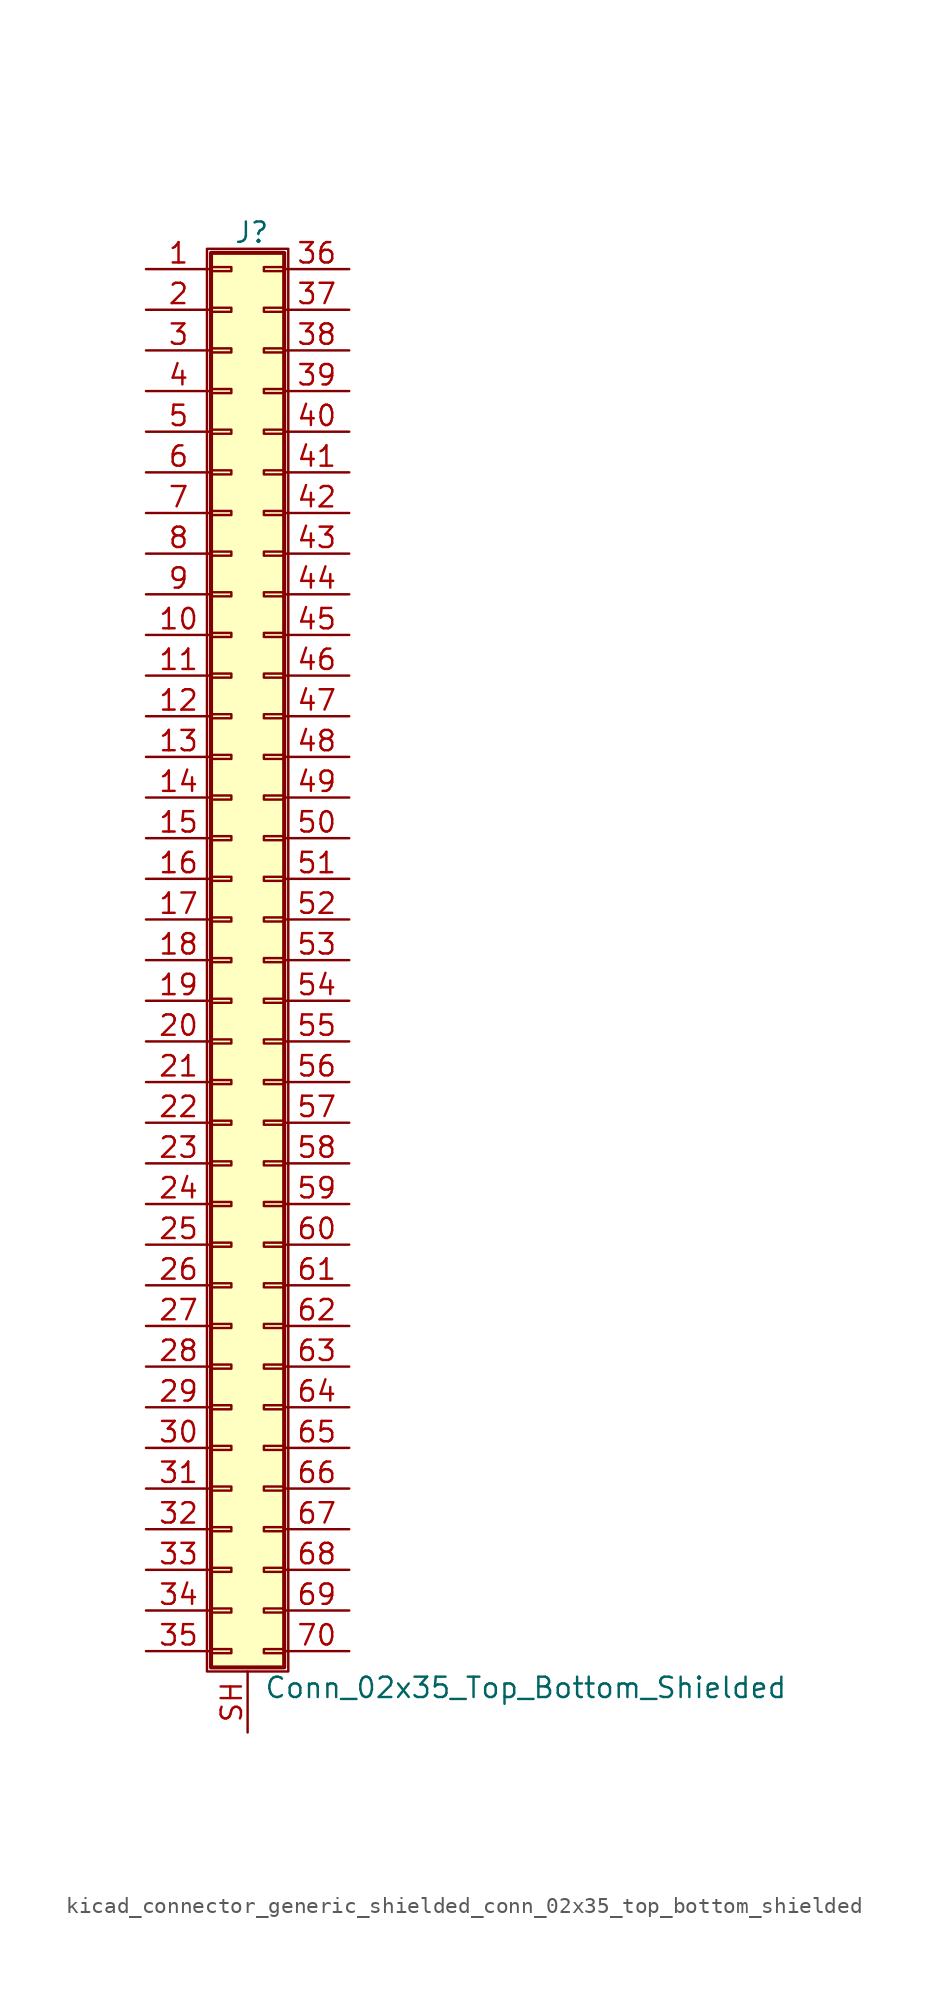
<source format=kicad_sym>
(kicad_symbol_lib
  (version 20220914)
  (generator kicad_symbol_editor)
  (symbol "kicad_connector_generic_shielded_conn_02x35_top_bottom_shielded"
    (pin_names
      (offset 1.016) hide)
    (property "Reference" "J"
      (at 1.524 45.466 0)
      (effects (font (size 1.27 1.27))))
    (property "Value" "Conn_02x35_Top_Bottom_Shielded"
      (at 2.286 -45.466 0)
      (effects (font (size 1.27 1.27)) (justify left)))
    (symbol "kicad_connector_generic_shielded_conn_02x35_top_bottom_shielded_1_1"
      (rectangle (start -1.27 44.45) (end 3.81 -44.45) (stroke (width 0.152) (type default)) (fill (type none)))
      (rectangle (start -1.016 -43.053) (end 0.254 -43.307) (stroke (width 0.152) (type default)) (fill (type none)))
      (rectangle (start -1.016 -40.513) (end 0.254 -40.767) (stroke (width 0.152) (type default)) (fill (type none)))
      (rectangle (start -1.016 -37.973) (end 0.254 -38.227) (stroke (width 0.152) (type default)) (fill (type none)))
      (rectangle (start -1.016 -35.433) (end 0.254 -35.687) (stroke (width 0.152) (type default)) (fill (type none)))
      (rectangle (start -1.016 -32.893) (end 0.254 -33.147) (stroke (width 0.152) (type default)) (fill (type none)))
      (rectangle (start -1.016 -30.353) (end 0.254 -30.607) (stroke (width 0.152) (type default)) (fill (type none)))
      (rectangle (start -1.016 -27.813) (end 0.254 -28.067) (stroke (width 0.152) (type default)) (fill (type none)))
      (rectangle (start -1.016 -25.273) (end 0.254 -25.527) (stroke (width 0.152) (type default)) (fill (type none)))
      (rectangle (start -1.016 -22.733) (end 0.254 -22.987) (stroke (width 0.152) (type default)) (fill (type none)))
      (rectangle (start -1.016 -20.193) (end 0.254 -20.447) (stroke (width 0.152) (type default)) (fill (type none)))
      (rectangle (start -1.016 -17.653) (end 0.254 -17.907) (stroke (width 0.152) (type default)) (fill (type none)))
      (rectangle (start -1.016 -15.113) (end 0.254 -15.367) (stroke (width 0.152) (type default)) (fill (type none)))
      (rectangle (start -1.016 -12.573) (end 0.254 -12.827) (stroke (width 0.152) (type default)) (fill (type none)))
      (rectangle (start -1.016 -10.033) (end 0.254 -10.287) (stroke (width 0.152) (type default)) (fill (type none)))
      (rectangle (start -1.016 -7.493) (end 0.254 -7.747) (stroke (width 0.152) (type default)) (fill (type none)))
      (rectangle (start -1.016 -4.953) (end 0.254 -5.207) (stroke (width 0.152) (type default)) (fill (type none)))
      (rectangle (start -1.016 -2.413) (end 0.254 -2.667) (stroke (width 0.152) (type default)) (fill (type none)))
      (rectangle (start -1.016 0.127) (end 0.254 -0.127) (stroke (width 0.152) (type default)) (fill (type none)))
      (rectangle (start -1.016 2.667) (end 0.254 2.413) (stroke (width 0.152) (type default)) (fill (type none)))
      (rectangle (start -1.016 5.207) (end 0.254 4.953) (stroke (width 0.152) (type default)) (fill (type none)))
      (rectangle (start -1.016 7.747) (end 0.254 7.493) (stroke (width 0.152) (type default)) (fill (type none)))
      (rectangle (start -1.016 10.287) (end 0.254 10.033) (stroke (width 0.152) (type default)) (fill (type none)))
      (rectangle (start -1.016 12.827) (end 0.254 12.573) (stroke (width 0.152) (type default)) (fill (type none)))
      (rectangle (start -1.016 15.367) (end 0.254 15.113) (stroke (width 0.152) (type default)) (fill (type none)))
      (rectangle (start -1.016 17.907) (end 0.254 17.653) (stroke (width 0.152) (type default)) (fill (type none)))
      (rectangle (start -1.016 20.447) (end 0.254 20.193) (stroke (width 0.152) (type default)) (fill (type none)))
      (rectangle (start -1.016 22.987) (end 0.254 22.733) (stroke (width 0.152) (type default)) (fill (type none)))
      (rectangle (start -1.016 25.527) (end 0.254 25.273) (stroke (width 0.152) (type default)) (fill (type none)))
      (rectangle (start -1.016 28.067) (end 0.254 27.813) (stroke (width 0.152) (type default)) (fill (type none)))
      (rectangle (start -1.016 30.607) (end 0.254 30.353) (stroke (width 0.152) (type default)) (fill (type none)))
      (rectangle (start -1.016 33.147) (end 0.254 32.893) (stroke (width 0.152) (type default)) (fill (type none)))
      (rectangle (start -1.016 35.687) (end 0.254 35.433) (stroke (width 0.152) (type default)) (fill (type none)))
      (rectangle (start -1.016 38.227) (end 0.254 37.973) (stroke (width 0.152) (type default)) (fill (type none)))
      (rectangle (start -1.016 40.767) (end 0.254 40.513) (stroke (width 0.152) (type default)) (fill (type none)))
      (rectangle (start -1.016 43.307) (end 0.254 43.053) (stroke (width 0.152) (type default)) (fill (type none)))
      (rectangle (start -1.016 44.196) (end 3.556 -44.196) (stroke (width 0.254) (type default)) (fill (type background)))
      (rectangle (start 3.556 -43.053) (end 2.286 -43.307) (stroke (width 0.152) (type default)) (fill (type none)))
      (rectangle (start 3.556 -40.513) (end 2.286 -40.767) (stroke (width 0.152) (type default)) (fill (type none)))
      (rectangle (start 3.556 -37.973) (end 2.286 -38.227) (stroke (width 0.152) (type default)) (fill (type none)))
      (rectangle (start 3.556 -35.433) (end 2.286 -35.687) (stroke (width 0.152) (type default)) (fill (type none)))
      (rectangle (start 3.556 -32.893) (end 2.286 -33.147) (stroke (width 0.152) (type default)) (fill (type none)))
      (rectangle (start 3.556 -30.353) (end 2.286 -30.607) (stroke (width 0.152) (type default)) (fill (type none)))
      (rectangle (start 3.556 -27.813) (end 2.286 -28.067) (stroke (width 0.152) (type default)) (fill (type none)))
      (rectangle (start 3.556 -25.273) (end 2.286 -25.527) (stroke (width 0.152) (type default)) (fill (type none)))
      (rectangle (start 3.556 -22.733) (end 2.286 -22.987) (stroke (width 0.152) (type default)) (fill (type none)))
      (rectangle (start 3.556 -20.193) (end 2.286 -20.447) (stroke (width 0.152) (type default)) (fill (type none)))
      (rectangle (start 3.556 -17.653) (end 2.286 -17.907) (stroke (width 0.152) (type default)) (fill (type none)))
      (rectangle (start 3.556 -15.113) (end 2.286 -15.367) (stroke (width 0.152) (type default)) (fill (type none)))
      (rectangle (start 3.556 -12.573) (end 2.286 -12.827) (stroke (width 0.152) (type default)) (fill (type none)))
      (rectangle (start 3.556 -10.033) (end 2.286 -10.287) (stroke (width 0.152) (type default)) (fill (type none)))
      (rectangle (start 3.556 -7.493) (end 2.286 -7.747) (stroke (width 0.152) (type default)) (fill (type none)))
      (rectangle (start 3.556 -4.953) (end 2.286 -5.207) (stroke (width 0.152) (type default)) (fill (type none)))
      (rectangle (start 3.556 -2.413) (end 2.286 -2.667) (stroke (width 0.152) (type default)) (fill (type none)))
      (rectangle (start 3.556 0.127) (end 2.286 -0.127) (stroke (width 0.152) (type default)) (fill (type none)))
      (rectangle (start 3.556 2.667) (end 2.286 2.413) (stroke (width 0.152) (type default)) (fill (type none)))
      (rectangle (start 3.556 5.207) (end 2.286 4.953) (stroke (width 0.152) (type default)) (fill (type none)))
      (rectangle (start 3.556 7.747) (end 2.286 7.493) (stroke (width 0.152) (type default)) (fill (type none)))
      (rectangle (start 3.556 10.287) (end 2.286 10.033) (stroke (width 0.152) (type default)) (fill (type none)))
      (rectangle (start 3.556 12.827) (end 2.286 12.573) (stroke (width 0.152) (type default)) (fill (type none)))
      (rectangle (start 3.556 15.367) (end 2.286 15.113) (stroke (width 0.152) (type default)) (fill (type none)))
      (rectangle (start 3.556 17.907) (end 2.286 17.653) (stroke (width 0.152) (type default)) (fill (type none)))
      (rectangle (start 3.556 20.447) (end 2.286 20.193) (stroke (width 0.152) (type default)) (fill (type none)))
      (rectangle (start 3.556 22.987) (end 2.286 22.733) (stroke (width 0.152) (type default)) (fill (type none)))
      (rectangle (start 3.556 25.527) (end 2.286 25.273) (stroke (width 0.152) (type default)) (fill (type none)))
      (rectangle (start 3.556 28.067) (end 2.286 27.813) (stroke (width 0.152) (type default)) (fill (type none)))
      (rectangle (start 3.556 30.607) (end 2.286 30.353) (stroke (width 0.152) (type default)) (fill (type none)))
      (rectangle (start 3.556 33.147) (end 2.286 32.893) (stroke (width 0.152) (type default)) (fill (type none)))
      (rectangle (start 3.556 35.687) (end 2.286 35.433) (stroke (width 0.152) (type default)) (fill (type none)))
      (rectangle (start 3.556 38.227) (end 2.286 37.973) (stroke (width 0.152) (type default)) (fill (type none)))
      (rectangle (start 3.556 40.767) (end 2.286 40.513) (stroke (width 0.152) (type default)) (fill (type none)))
      (rectangle (start 3.556 43.307) (end 2.286 43.053) (stroke (width 0.152) (type default)) (fill (type none)))
      (pin passive line (at -5.08 43.18 0) (length 4.064) (name "Pin_1" (effects (font (size 1.27 1.27)))) (number "1" (effects (font (size 1.27 1.27)))))
      (pin passive line (at -5.08 20.32 0) (length 4.064) (name "Pin_10" (effects (font (size 1.27 1.27)))) (number "10" (effects (font (size 1.27 1.27)))))
      (pin passive line (at -5.08 17.78 0) (length 4.064) (name "Pin_11" (effects (font (size 1.27 1.27)))) (number "11" (effects (font (size 1.27 1.27)))))
      (pin passive line (at -5.08 15.24 0) (length 4.064) (name "Pin_12" (effects (font (size 1.27 1.27)))) (number "12" (effects (font (size 1.27 1.27)))))
      (pin passive line (at -5.08 12.7 0) (length 4.064) (name "Pin_13" (effects (font (size 1.27 1.27)))) (number "13" (effects (font (size 1.27 1.27)))))
      (pin passive line (at -5.08 10.16 0) (length 4.064) (name "Pin_14" (effects (font (size 1.27 1.27)))) (number "14" (effects (font (size 1.27 1.27)))))
      (pin passive line (at -5.08 7.62 0) (length 4.064) (name "Pin_15" (effects (font (size 1.27 1.27)))) (number "15" (effects (font (size 1.27 1.27)))))
      (pin passive line (at -5.08 5.08 0) (length 4.064) (name "Pin_16" (effects (font (size 1.27 1.27)))) (number "16" (effects (font (size 1.27 1.27)))))
      (pin passive line (at -5.08 2.54 0) (length 4.064) (name "Pin_17" (effects (font (size 1.27 1.27)))) (number "17" (effects (font (size 1.27 1.27)))))
      (pin passive line (at -5.08 0 0) (length 4.064) (name "Pin_18" (effects (font (size 1.27 1.27)))) (number "18" (effects (font (size 1.27 1.27)))))
      (pin passive line (at -5.08 -2.54 0) (length 4.064) (name "Pin_19" (effects (font (size 1.27 1.27)))) (number "19" (effects (font (size 1.27 1.27)))))
      (pin passive line (at -5.08 40.64 0) (length 4.064) (name "Pin_2" (effects (font (size 1.27 1.27)))) (number "2" (effects (font (size 1.27 1.27)))))
      (pin passive line (at -5.08 -5.08 0) (length 4.064) (name "Pin_20" (effects (font (size 1.27 1.27)))) (number "20" (effects (font (size 1.27 1.27)))))
      (pin passive line (at -5.08 -7.62 0) (length 4.064) (name "Pin_21" (effects (font (size 1.27 1.27)))) (number "21" (effects (font (size 1.27 1.27)))))
      (pin passive line (at -5.08 -10.16 0) (length 4.064) (name "Pin_22" (effects (font (size 1.27 1.27)))) (number "22" (effects (font (size 1.27 1.27)))))
      (pin passive line (at -5.08 -12.7 0) (length 4.064) (name "Pin_23" (effects (font (size 1.27 1.27)))) (number "23" (effects (font (size 1.27 1.27)))))
      (pin passive line (at -5.08 -15.24 0) (length 4.064) (name "Pin_24" (effects (font (size 1.27 1.27)))) (number "24" (effects (font (size 1.27 1.27)))))
      (pin passive line (at -5.08 -17.78 0) (length 4.064) (name "Pin_25" (effects (font (size 1.27 1.27)))) (number "25" (effects (font (size 1.27 1.27)))))
      (pin passive line (at -5.08 -20.32 0) (length 4.064) (name "Pin_26" (effects (font (size 1.27 1.27)))) (number "26" (effects (font (size 1.27 1.27)))))
      (pin passive line (at -5.08 -22.86 0) (length 4.064) (name "Pin_27" (effects (font (size 1.27 1.27)))) (number "27" (effects (font (size 1.27 1.27)))))
      (pin passive line (at -5.08 -25.4 0) (length 4.064) (name "Pin_28" (effects (font (size 1.27 1.27)))) (number "28" (effects (font (size 1.27 1.27)))))
      (pin passive line (at -5.08 -27.94 0) (length 4.064) (name "Pin_29" (effects (font (size 1.27 1.27)))) (number "29" (effects (font (size 1.27 1.27)))))
      (pin passive line (at -5.08 38.1 0) (length 4.064) (name "Pin_3" (effects (font (size 1.27 1.27)))) (number "3" (effects (font (size 1.27 1.27)))))
      (pin passive line (at -5.08 -30.48 0) (length 4.064) (name "Pin_30" (effects (font (size 1.27 1.27)))) (number "30" (effects (font (size 1.27 1.27)))))
      (pin passive line (at -5.08 -33.02 0) (length 4.064) (name "Pin_31" (effects (font (size 1.27 1.27)))) (number "31" (effects (font (size 1.27 1.27)))))
      (pin passive line (at -5.08 -35.56 0) (length 4.064) (name "Pin_32" (effects (font (size 1.27 1.27)))) (number "32" (effects (font (size 1.27 1.27)))))
      (pin passive line (at -5.08 -38.1 0) (length 4.064) (name "Pin_33" (effects (font (size 1.27 1.27)))) (number "33" (effects (font (size 1.27 1.27)))))
      (pin passive line (at -5.08 -40.64 0) (length 4.064) (name "Pin_34" (effects (font (size 1.27 1.27)))) (number "34" (effects (font (size 1.27 1.27)))))
      (pin passive line (at -5.08 -43.18 0) (length 4.064) (name "Pin_35" (effects (font (size 1.27 1.27)))) (number "35" (effects (font (size 1.27 1.27)))))
      (pin passive line (at 7.62 43.18 180) (length 4.064) (name "Pin_36" (effects (font (size 1.27 1.27)))) (number "36" (effects (font (size 1.27 1.27)))))
      (pin passive line (at 7.62 40.64 180) (length 4.064) (name "Pin_37" (effects (font (size 1.27 1.27)))) (number "37" (effects (font (size 1.27 1.27)))))
      (pin passive line (at 7.62 38.1 180) (length 4.064) (name "Pin_38" (effects (font (size 1.27 1.27)))) (number "38" (effects (font (size 1.27 1.27)))))
      (pin passive line (at 7.62 35.56 180) (length 4.064) (name "Pin_39" (effects (font (size 1.27 1.27)))) (number "39" (effects (font (size 1.27 1.27)))))
      (pin passive line (at -5.08 35.56 0) (length 4.064) (name "Pin_4" (effects (font (size 1.27 1.27)))) (number "4" (effects (font (size 1.27 1.27)))))
      (pin passive line (at 7.62 33.02 180) (length 4.064) (name "Pin_40" (effects (font (size 1.27 1.27)))) (number "40" (effects (font (size 1.27 1.27)))))
      (pin passive line (at 7.62 30.48 180) (length 4.064) (name "Pin_41" (effects (font (size 1.27 1.27)))) (number "41" (effects (font (size 1.27 1.27)))))
      (pin passive line (at 7.62 27.94 180) (length 4.064) (name "Pin_42" (effects (font (size 1.27 1.27)))) (number "42" (effects (font (size 1.27 1.27)))))
      (pin passive line (at 7.62 25.4 180) (length 4.064) (name "Pin_43" (effects (font (size 1.27 1.27)))) (number "43" (effects (font (size 1.27 1.27)))))
      (pin passive line (at 7.62 22.86 180) (length 4.064) (name "Pin_44" (effects (font (size 1.27 1.27)))) (number "44" (effects (font (size 1.27 1.27)))))
      (pin passive line (at 7.62 20.32 180) (length 4.064) (name "Pin_45" (effects (font (size 1.27 1.27)))) (number "45" (effects (font (size 1.27 1.27)))))
      (pin passive line (at 7.62 17.78 180) (length 4.064) (name "Pin_46" (effects (font (size 1.27 1.27)))) (number "46" (effects (font (size 1.27 1.27)))))
      (pin passive line (at 7.62 15.24 180) (length 4.064) (name "Pin_47" (effects (font (size 1.27 1.27)))) (number "47" (effects (font (size 1.27 1.27)))))
      (pin passive line (at 7.62 12.7 180) (length 4.064) (name "Pin_48" (effects (font (size 1.27 1.27)))) (number "48" (effects (font (size 1.27 1.27)))))
      (pin passive line (at 7.62 10.16 180) (length 4.064) (name "Pin_49" (effects (font (size 1.27 1.27)))) (number "49" (effects (font (size 1.27 1.27)))))
      (pin passive line (at -5.08 33.02 0) (length 4.064) (name "Pin_5" (effects (font (size 1.27 1.27)))) (number "5" (effects (font (size 1.27 1.27)))))
      (pin passive line (at 7.62 7.62 180) (length 4.064) (name "Pin_50" (effects (font (size 1.27 1.27)))) (number "50" (effects (font (size 1.27 1.27)))))
      (pin passive line (at 7.62 5.08 180) (length 4.064) (name "Pin_51" (effects (font (size 1.27 1.27)))) (number "51" (effects (font (size 1.27 1.27)))))
      (pin passive line (at 7.62 2.54 180) (length 4.064) (name "Pin_52" (effects (font (size 1.27 1.27)))) (number "52" (effects (font (size 1.27 1.27)))))
      (pin passive line (at 7.62 0 180) (length 4.064) (name "Pin_53" (effects (font (size 1.27 1.27)))) (number "53" (effects (font (size 1.27 1.27)))))
      (pin passive line (at 7.62 -2.54 180) (length 4.064) (name "Pin_54" (effects (font (size 1.27 1.27)))) (number "54" (effects (font (size 1.27 1.27)))))
      (pin passive line (at 7.62 -5.08 180) (length 4.064) (name "Pin_55" (effects (font (size 1.27 1.27)))) (number "55" (effects (font (size 1.27 1.27)))))
      (pin passive line (at 7.62 -7.62 180) (length 4.064) (name "Pin_56" (effects (font (size 1.27 1.27)))) (number "56" (effects (font (size 1.27 1.27)))))
      (pin passive line (at 7.62 -10.16 180) (length 4.064) (name "Pin_57" (effects (font (size 1.27 1.27)))) (number "57" (effects (font (size 1.27 1.27)))))
      (pin passive line (at 7.62 -12.7 180) (length 4.064) (name "Pin_58" (effects (font (size 1.27 1.27)))) (number "58" (effects (font (size 1.27 1.27)))))
      (pin passive line (at 7.62 -15.24 180) (length 4.064) (name "Pin_59" (effects (font (size 1.27 1.27)))) (number "59" (effects (font (size 1.27 1.27)))))
      (pin passive line (at -5.08 30.48 0) (length 4.064) (name "Pin_6" (effects (font (size 1.27 1.27)))) (number "6" (effects (font (size 1.27 1.27)))))
      (pin passive line (at 7.62 -17.78 180) (length 4.064) (name "Pin_60" (effects (font (size 1.27 1.27)))) (number "60" (effects (font (size 1.27 1.27)))))
      (pin passive line (at 7.62 -20.32 180) (length 4.064) (name "Pin_61" (effects (font (size 1.27 1.27)))) (number "61" (effects (font (size 1.27 1.27)))))
      (pin passive line (at 7.62 -22.86 180) (length 4.064) (name "Pin_62" (effects (font (size 1.27 1.27)))) (number "62" (effects (font (size 1.27 1.27)))))
      (pin passive line (at 7.62 -25.4 180) (length 4.064) (name "Pin_63" (effects (font (size 1.27 1.27)))) (number "63" (effects (font (size 1.27 1.27)))))
      (pin passive line (at 7.62 -27.94 180) (length 4.064) (name "Pin_64" (effects (font (size 1.27 1.27)))) (number "64" (effects (font (size 1.27 1.27)))))
      (pin passive line (at 7.62 -30.48 180) (length 4.064) (name "Pin_65" (effects (font (size 1.27 1.27)))) (number "65" (effects (font (size 1.27 1.27)))))
      (pin passive line (at 7.62 -33.02 180) (length 4.064) (name "Pin_66" (effects (font (size 1.27 1.27)))) (number "66" (effects (font (size 1.27 1.27)))))
      (pin passive line (at 7.62 -35.56 180) (length 4.064) (name "Pin_67" (effects (font (size 1.27 1.27)))) (number "67" (effects (font (size 1.27 1.27)))))
      (pin passive line (at 7.62 -38.1 180) (length 4.064) (name "Pin_68" (effects (font (size 1.27 1.27)))) (number "68" (effects (font (size 1.27 1.27)))))
      (pin passive line (at 7.62 -40.64 180) (length 4.064) (name "Pin_69" (effects (font (size 1.27 1.27)))) (number "69" (effects (font (size 1.27 1.27)))))
      (pin passive line (at -5.08 27.94 0) (length 4.064) (name "Pin_7" (effects (font (size 1.27 1.27)))) (number "7" (effects (font (size 1.27 1.27)))))
      (pin passive line (at 7.62 -43.18 180) (length 4.064) (name "Pin_70" (effects (font (size 1.27 1.27)))) (number "70" (effects (font (size 1.27 1.27)))))
      (pin passive line (at -5.08 25.4 0) (length 4.064) (name "Pin_8" (effects (font (size 1.27 1.27)))) (number "8" (effects (font (size 1.27 1.27)))))
      (pin passive line (at -5.08 22.86 0) (length 4.064) (name "Pin_9" (effects (font (size 1.27 1.27)))) (number "9" (effects (font (size 1.27 1.27)))))
      (pin passive line (at 1.27 -48.26 90) (length 3.81) (name "Shield" (effects (font (size 1.27 1.27)))) (number "SH" (effects (font (size 1.27 1.27))))))))
</source>
